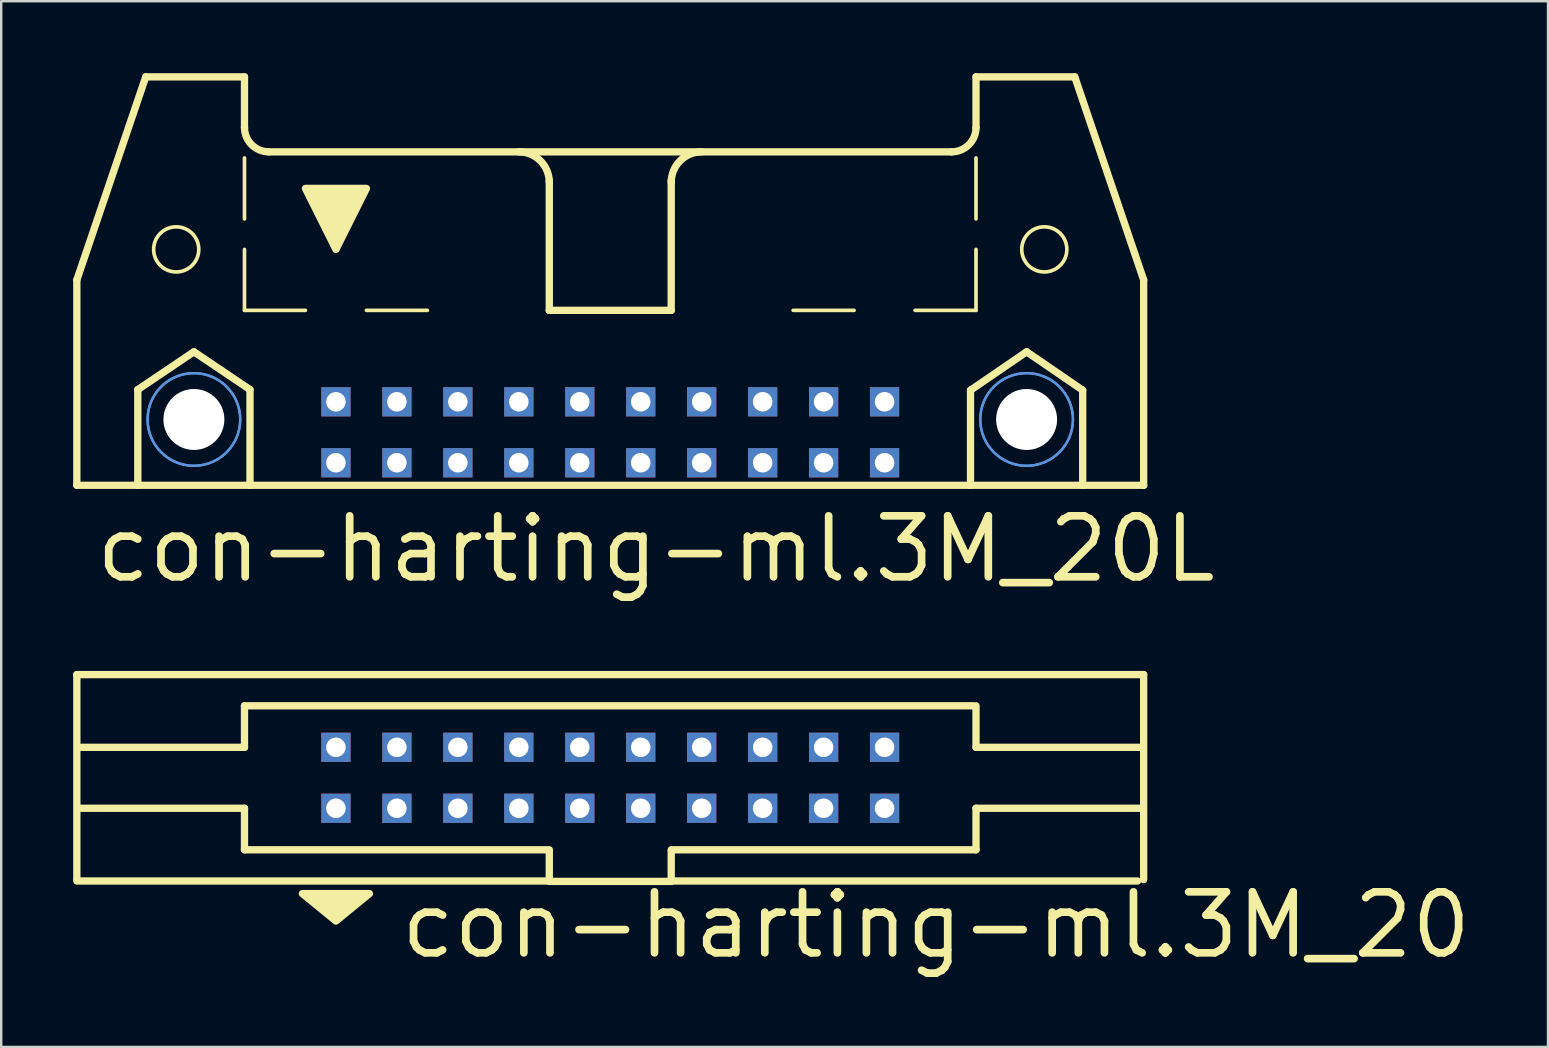
<source format=kicad_pcb>
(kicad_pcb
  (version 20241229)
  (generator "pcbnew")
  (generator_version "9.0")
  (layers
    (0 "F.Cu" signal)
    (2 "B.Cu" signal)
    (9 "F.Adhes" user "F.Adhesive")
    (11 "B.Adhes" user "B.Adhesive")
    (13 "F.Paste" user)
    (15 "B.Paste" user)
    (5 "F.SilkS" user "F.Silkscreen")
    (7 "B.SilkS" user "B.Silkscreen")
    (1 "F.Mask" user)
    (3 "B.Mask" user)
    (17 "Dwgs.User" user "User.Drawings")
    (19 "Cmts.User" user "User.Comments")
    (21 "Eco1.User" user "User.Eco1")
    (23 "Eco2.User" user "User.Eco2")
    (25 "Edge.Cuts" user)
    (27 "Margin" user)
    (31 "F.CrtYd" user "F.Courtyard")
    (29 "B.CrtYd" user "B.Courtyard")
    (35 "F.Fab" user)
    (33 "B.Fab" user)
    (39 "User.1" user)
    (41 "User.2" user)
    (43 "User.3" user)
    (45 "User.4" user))
  (footprint "con-harting-ml.3M_20"
    (layer "F.Cu")
    (at 22.377 29.358)
    (property "Reference" "con-harting-ml.3M_20" (at -8.89 7.62 0) (layer "F.SilkS") (effects (font (size 2.54 2.54) (thickness 0.32)) (justify left bottom)))
    (attr through_hole)
    (fp_line (start -22.225 -4.3) (end -22.225 4.242) (stroke (width 0.305) (type default)) (layer "F.SilkS"))
    (fp_line (start -22.225 4.3) (end -2.54 4.3) (stroke (width 0.305) (type default)) (layer "F.SilkS"))
    (fp_line (start -15.24 -1.27) (end -22.098 -1.27) (stroke (width 0.305) (type default)) (layer "F.SilkS"))
    (fp_line (start -15.24 -1.27) (end -15.24 -3) (stroke (width 0.305) (type default)) (layer "F.SilkS"))
    (fp_line (start -15.24 1.27) (end -22.098 1.27) (stroke (width 0.305) (type default)) (layer "F.SilkS"))
    (fp_line (start -15.24 3) (end -15.24 1.27) (stroke (width 0.305) (type default)) (layer "F.SilkS"))
    (fp_line (start -2.54 3) (end -15.24 3) (stroke (width 0.305) (type default)) (layer "F.SilkS"))
    (fp_line (start -2.54 4.3) (end -2.54 3.048) (stroke (width 0.305) (type default)) (layer "F.SilkS"))
    (fp_line (start -2.54 4.318) (end 2.54 4.318) (stroke (width 0.305) (type default)) (layer "F.SilkS"))
    (fp_line (start 2.54 3.048) (end 2.54 4.3) (stroke (width 0.305) (type default)) (layer "F.SilkS"))
    (fp_line (start 2.54 4.3) (end 21.971 4.3) (stroke (width 0.305) (type default)) (layer "F.SilkS"))
    (fp_line (start 15.113 -3) (end -15.24 -3) (stroke (width 0.305) (type default)) (layer "F.SilkS"))
    (fp_line (start 15.24 -1.27) (end 15.24 -3) (stroke (width 0.305) (type default)) (layer "F.SilkS"))
    (fp_line (start 15.24 -1.27) (end 22.098 -1.27) (stroke (width 0.305) (type default)) (layer "F.SilkS"))
    (fp_line (start 15.24 1.27) (end 22.098 1.27) (stroke (width 0.305) (type default)) (layer "F.SilkS"))
    (fp_line (start 15.24 3) (end 2.54 3) (stroke (width 0.305) (type default)) (layer "F.SilkS"))
    (fp_line (start 15.24 3) (end 15.24 1.27) (stroke (width 0.305) (type default)) (layer "F.SilkS"))
    (fp_line (start 22.225 -4.3) (end -22.225 -4.3) (stroke (width 0.305) (type default)) (layer "F.SilkS"))
    (fp_line (start 22.225 4.242) (end 22.225 -4.3) (stroke (width 0.305) (type default)) (layer "F.SilkS"))
    (fp_poly (pts (xy -12.827 4.826) (xy -10.033 4.826) (xy -11.43 5.969)) (stroke (width 0.305) (type default)) (fill yes) (layer "F.SilkS"))
    (pad "1" thru_hole rect (at -11.43 1.27) (size 1.219 1.219) (drill 0.813) (layers "*.Cu" "*.Mask"))
    (pad "2" thru_hole rect (at -11.43 -1.27) (size 1.219 1.219) (drill 0.813) (layers "*.Cu" "*.Mask"))
    (pad "3" thru_hole rect (at -8.89 1.27) (size 1.219 1.219) (drill 0.813) (layers "*.Cu" "*.Mask"))
    (pad "4" thru_hole rect (at -8.89 -1.27) (size 1.219 1.219) (drill 0.813) (layers "*.Cu" "*.Mask"))
    (pad "5" thru_hole rect (at -6.35 1.27) (size 1.219 1.219) (drill 0.813) (layers "*.Cu" "*.Mask"))
    (pad "6" thru_hole rect (at -6.35 -1.27) (size 1.219 1.219) (drill 0.813) (layers "*.Cu" "*.Mask"))
    (pad "7" thru_hole rect (at -3.81 1.27) (size 1.219 1.219) (drill 0.813) (layers "*.Cu" "*.Mask"))
    (pad "8" thru_hole rect (at -3.81 -1.27) (size 1.219 1.219) (drill 0.813) (layers "*.Cu" "*.Mask"))
    (pad "9" thru_hole rect (at -1.27 1.27) (size 1.219 1.219) (drill 0.813) (layers "*.Cu" "*.Mask"))
    (pad "10" thru_hole rect (at -1.27 -1.27) (size 1.219 1.219) (drill 0.813) (layers "*.Cu" "*.Mask"))
    (pad "11" thru_hole rect (at 1.27 1.27) (size 1.219 1.219) (drill 0.813) (layers "*.Cu" "*.Mask"))
    (pad "12" thru_hole rect (at 1.27 -1.27) (size 1.219 1.219) (drill 0.813) (layers "*.Cu" "*.Mask"))
    (pad "13" thru_hole rect (at 3.81 1.27) (size 1.219 1.219) (drill 0.813) (layers "*.Cu" "*.Mask"))
    (pad "14" thru_hole rect (at 3.81 -1.27) (size 1.219 1.219) (drill 0.813) (layers "*.Cu" "*.Mask"))
    (pad "15" thru_hole rect (at 6.35 1.27) (size 1.219 1.219) (drill 0.813) (layers "*.Cu" "*.Mask"))
    (pad "16" thru_hole rect (at 6.35 -1.27) (size 1.219 1.219) (drill 0.813) (layers "*.Cu" "*.Mask"))
    (pad "17" thru_hole rect (at 8.89 1.27) (size 1.219 1.219) (drill 0.813) (layers "*.Cu" "*.Mask"))
    (pad "18" thru_hole rect (at 8.89 -1.27) (size 1.219 1.219) (drill 0.813) (layers "*.Cu" "*.Mask"))
    (pad "19" thru_hole rect (at 11.43 1.27) (size 1.219 1.219) (drill 0.813) (layers "*.Cu" "*.Mask"))
    (pad "20" thru_hole rect (at 11.43 -1.27) (size 1.219 1.219) (drill 0.813) (layers "*.Cu" "*.Mask")))
  (footprint "con-harting-ml.3M_20L"
    (layer "F.Cu")
    (at 22.377 11.151)
    (property "Reference" "con-harting-ml.3M_20L" (at -21.59 10.16 0) (layer "F.SilkS") (effects (font (size 2.54 2.54) (thickness 0.32)) (justify left bottom)))
    (attr through_hole)
    (fp_line (start -22.225 -2.54) (end -22.225 6.02) (stroke (width 0.305) (type default)) (layer "F.SilkS"))
    (fp_line (start -22.225 -2.54) (end -19.355 -10.998) (stroke (width 0.305) (type default)) (layer "F.SilkS"))
    (fp_line (start -22.225 6.02) (end -19.685 6.02) (stroke (width 0.305) (type default)) (layer "F.SilkS"))
    (fp_line (start -19.685 2.032) (end -17.348 0.457) (stroke (width 0.305) (type default)) (layer "F.SilkS"))
    (fp_line (start -19.685 6.02) (end -19.685 2.032) (stroke (width 0.305) (type default)) (layer "F.SilkS"))
    (fp_line (start -19.685 6.02) (end -15.011 6.02) (stroke (width 0.305) (type default)) (layer "F.SilkS"))
    (fp_line (start -17.348 0.457) (end -15.011 2.032) (stroke (width 0.305) (type default)) (layer "F.SilkS"))
    (fp_line (start -15.24 -10.998) (end -19.355 -10.998) (stroke (width 0.305) (type default)) (layer "F.SilkS"))
    (fp_line (start -15.24 -8.89) (end -15.24 -10.998) (stroke (width 0.305) (type default)) (layer "F.SilkS"))
    (fp_line (start -15.24 -5.08) (end -15.24 -7.62) (stroke (width 0.152) (type default)) (layer "F.SilkS"))
    (fp_line (start -15.24 -1.27) (end -15.24 -3.81) (stroke (width 0.152) (type default)) (layer "F.SilkS"))
    (fp_line (start -15.24 -1.27) (end -12.7 -1.27) (stroke (width 0.152) (type default)) (layer "F.SilkS"))
    (fp_line (start -15.011 2.032) (end -15.011 6.02) (stroke (width 0.305) (type default)) (layer "F.SilkS"))
    (fp_line (start -15.011 6.02) (end 15.011 6.02) (stroke (width 0.305) (type default)) (layer "F.SilkS"))
    (fp_line (start -14.224 -7.874) (end 14.224 -7.874) (stroke (width 0.305) (type default)) (layer "F.SilkS"))
    (fp_line (start -10.16 -1.27) (end -7.62 -1.27) (stroke (width 0.152) (type default)) (layer "F.SilkS"))
    (fp_line (start -2.54 -1.27) (end -2.54 -6.68) (stroke (width 0.305) (type default)) (layer "F.SilkS"))
    (fp_line (start 0 -1.27) (end 2.54 -1.27) (stroke (width 0.152) (type default)) (layer "F.SilkS"))
    (fp_line (start 2.54 -1.27) (end -2.54 -1.27) (stroke (width 0.305) (type default)) (layer "F.SilkS"))
    (fp_line (start 2.54 -1.27) (end 2.54 -6.68) (stroke (width 0.305) (type default)) (layer "F.SilkS"))
    (fp_line (start 10.16 -1.27) (end 7.62 -1.27) (stroke (width 0.152) (type default)) (layer "F.SilkS"))
    (fp_line (start 15.011 2.057) (end 17.348 0.457) (stroke (width 0.305) (type default)) (layer "F.SilkS"))
    (fp_line (start 15.011 6.02) (end 15.011 2.057) (stroke (width 0.305) (type default)) (layer "F.SilkS"))
    (fp_line (start 15.011 6.02) (end 19.685 6.02) (stroke (width 0.305) (type default)) (layer "F.SilkS"))
    (fp_line (start 15.24 -10.998) (end 19.355 -10.998) (stroke (width 0.305) (type default)) (layer "F.SilkS"))
    (fp_line (start 15.24 -8.89) (end 15.24 -10.998) (stroke (width 0.305) (type default)) (layer "F.SilkS"))
    (fp_line (start 15.24 -5.08) (end 15.24 -7.62) (stroke (width 0.152) (type default)) (layer "F.SilkS"))
    (fp_line (start 15.24 -1.27) (end 12.7 -1.27) (stroke (width 0.152) (type default)) (layer "F.SilkS"))
    (fp_line (start 15.24 -1.27) (end 15.24 -3.81) (stroke (width 0.152) (type default)) (layer "F.SilkS"))
    (fp_line (start 17.348 0.457) (end 19.685 2.057) (stroke (width 0.305) (type default)) (layer "F.SilkS"))
    (fp_line (start 19.685 2.057) (end 19.685 6.02) (stroke (width 0.305) (type default)) (layer "F.SilkS"))
    (fp_line (start 19.685 6.02) (end 22.225 6.02) (stroke (width 0.305) (type default)) (layer "F.SilkS"))
    (fp_line (start 22.225 -2.54) (end 19.355 -10.998) (stroke (width 0.305) (type default)) (layer "F.SilkS"))
    (fp_line (start 22.225 6.02) (end 22.225 -2.54) (stroke (width 0.305) (type default)) (layer "F.SilkS"))
    (fp_arc (start -14.224 -7.874) (mid -14.94242 -8.17158) (end -15.24 -8.89) (stroke (width 0.3048) (type default)) (layer "F.SilkS"))
    (fp_arc (start -3.81 -7.874) (mid -2.911974 -7.502026) (end -2.54 -6.604) (stroke (width 0.3048) (type default)) (layer "F.SilkS"))
    (fp_arc (start 2.54 -6.604) (mid 2.911974 -7.502026) (end 3.81 -7.874) (stroke (width 0.3048) (type default)) (layer "F.SilkS"))
    (fp_arc (start 15.24 -8.89) (mid 14.94242 -8.17158) (end 14.224 -7.874) (stroke (width 0.3048) (type default)) (layer "F.SilkS"))
    (fp_circle (center -18.085 -3.81) (end -17.145 -3.81) (stroke (width 0.152) (type default)) (fill no) (layer "F.SilkS"))
    (fp_circle (center 18.085 -3.81) (end 19.025 -3.81) (stroke (width 0.152) (type default)) (fill no) (layer "F.SilkS"))
    (fp_poly (pts (xy -12.7 -6.35) (xy -10.16 -6.35) (xy -11.43 -3.81)) (stroke (width 0.305) (type default)) (fill yes) (layer "F.SilkS"))
    (fp_circle (center -17.348 3.277) (end -15.418 3.277) (stroke (width 0.1) (type default)) (fill no) (layer "Cmts.User"))
    (fp_circle (center -17.348 3.277) (end -15.418 3.277) (stroke (width 0.1) (type default)) (fill no) (layer "Cmts.User"))
    (fp_circle (center 17.348 3.277) (end 19.279 3.277) (stroke (width 0.1) (type default)) (fill no) (layer "Cmts.User"))
    (fp_circle (center 17.348 3.277) (end 19.279 3.277) (stroke (width 0.1) (type default)) (fill no) (layer "Cmts.User"))
    (pad "" np_thru_hole circle (at -17.348 3.277) (size 2.54 2.54) (drill 2.54) (layers "*.Cu" "*.Mask"))
    (pad "" np_thru_hole circle (at 17.348 3.277) (size 2.54 2.54) (drill 2.54) (layers "*.Cu" "*.Mask"))
    (pad "1" thru_hole rect (at -11.43 5.08) (size 1.219 1.219) (drill 0.813) (layers "*.Cu" "*.Mask"))
    (pad "2" thru_hole rect (at -11.43 2.54) (size 1.219 1.219) (drill 0.813) (layers "*.Cu" "*.Mask"))
    (pad "3" thru_hole rect (at -8.89 5.08) (size 1.219 1.219) (drill 0.813) (layers "*.Cu" "*.Mask"))
    (pad "4" thru_hole rect (at -8.89 2.54) (size 1.219 1.219) (drill 0.813) (layers "*.Cu" "*.Mask"))
    (pad "5" thru_hole rect (at -6.35 5.08) (size 1.219 1.219) (drill 0.813) (layers "*.Cu" "*.Mask"))
    (pad "6" thru_hole rect (at -6.35 2.54) (size 1.219 1.219) (drill 0.813) (layers "*.Cu" "*.Mask"))
    (pad "7" thru_hole rect (at -3.81 5.08) (size 1.219 1.219) (drill 0.813) (layers "*.Cu" "*.Mask"))
    (pad "8" thru_hole rect (at -3.81 2.54) (size 1.219 1.219) (drill 0.813) (layers "*.Cu" "*.Mask"))
    (pad "9" thru_hole rect (at -1.27 5.08) (size 1.219 1.219) (drill 0.813) (layers "*.Cu" "*.Mask"))
    (pad "10" thru_hole rect (at -1.27 2.54) (size 1.219 1.219) (drill 0.813) (layers "*.Cu" "*.Mask"))
    (pad "11" thru_hole rect (at 1.27 5.08) (size 1.219 1.219) (drill 0.813) (layers "*.Cu" "*.Mask"))
    (pad "12" thru_hole rect (at 1.27 2.54) (size 1.219 1.219) (drill 0.813) (layers "*.Cu" "*.Mask"))
    (pad "13" thru_hole rect (at 3.81 5.08) (size 1.219 1.219) (drill 0.813) (layers "*.Cu" "*.Mask"))
    (pad "14" thru_hole rect (at 3.81 2.54) (size 1.219 1.219) (drill 0.813) (layers "*.Cu" "*.Mask"))
    (pad "15" thru_hole rect (at 6.35 5.08) (size 1.219 1.219) (drill 0.813) (layers "*.Cu" "*.Mask"))
    (pad "16" thru_hole rect (at 6.35 2.54) (size 1.219 1.219) (drill 0.813) (layers "*.Cu" "*.Mask"))
    (pad "17" thru_hole rect (at 8.89 5.08) (size 1.219 1.219) (drill 0.813) (layers "*.Cu" "*.Mask"))
    (pad "18" thru_hole rect (at 8.89 2.54) (size 1.219 1.219) (drill 0.813) (layers "*.Cu" "*.Mask"))
    (pad "19" thru_hole rect (at 11.43 5.08) (size 1.219 1.219) (drill 0.813) (layers "*.Cu" "*.Mask"))
    (pad "20" thru_hole rect (at 11.43 2.54) (size 1.219 1.219) (drill 0.813) (layers "*.Cu" "*.Mask")))
  (gr_rect
    (start -3 -3)
    (end 61.45 40.573)
    (stroke (width 0.1) (type default))
    (fill no)
    (layer "Edge.Cuts")))
</source>
